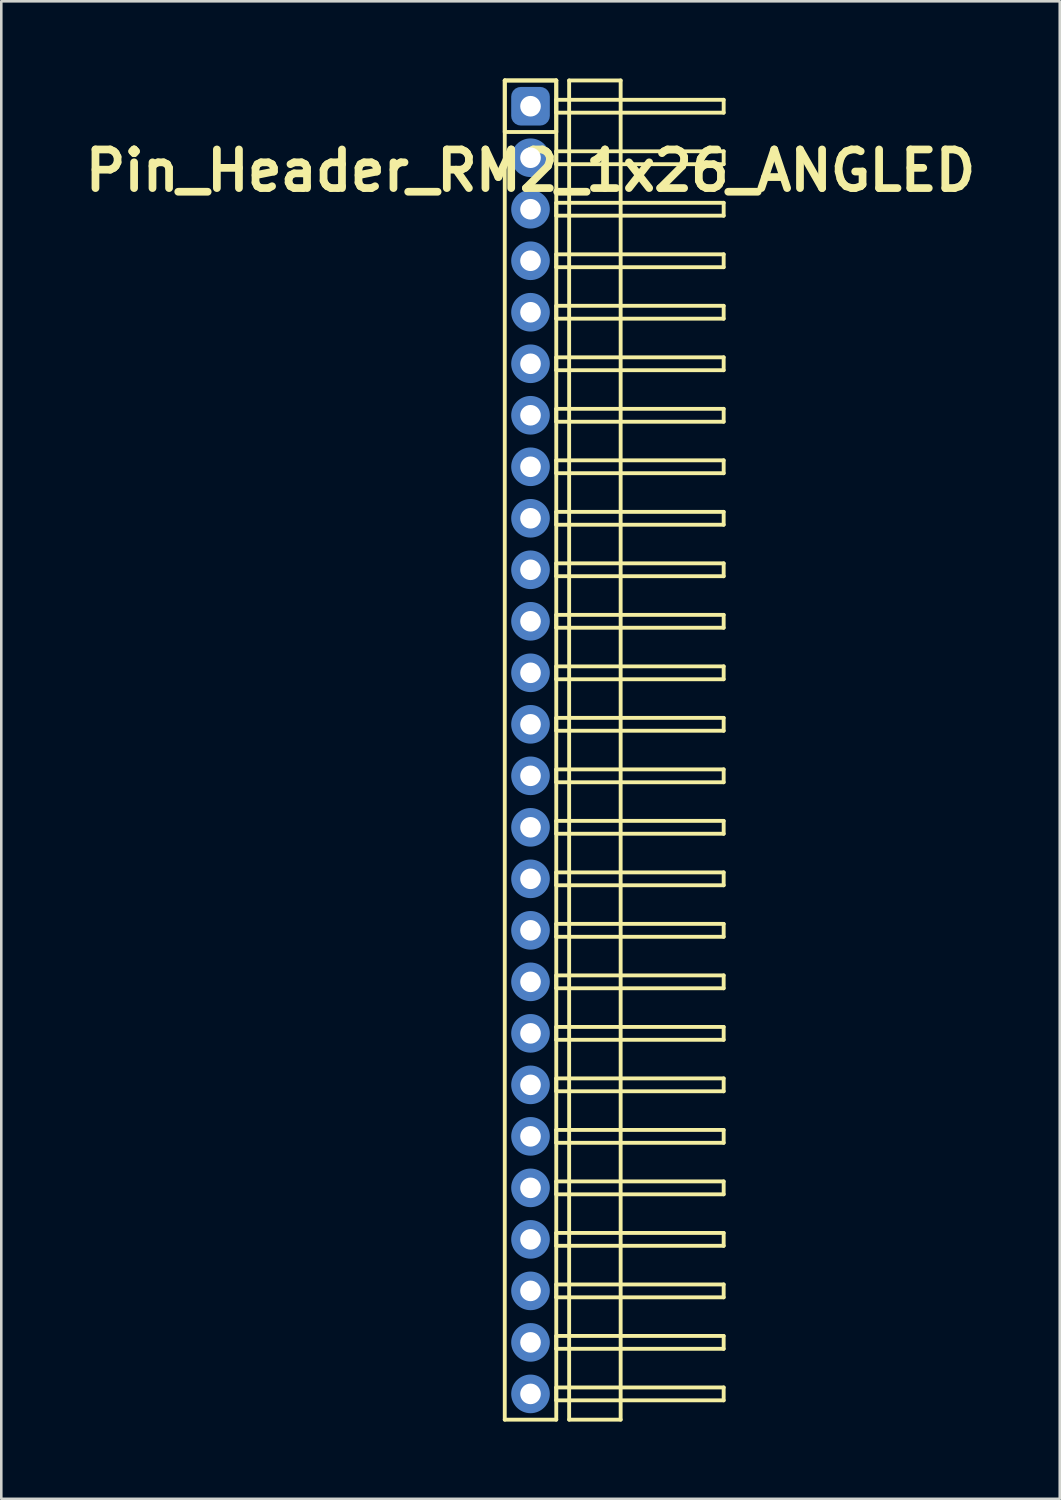
<source format=kicad_pcb>
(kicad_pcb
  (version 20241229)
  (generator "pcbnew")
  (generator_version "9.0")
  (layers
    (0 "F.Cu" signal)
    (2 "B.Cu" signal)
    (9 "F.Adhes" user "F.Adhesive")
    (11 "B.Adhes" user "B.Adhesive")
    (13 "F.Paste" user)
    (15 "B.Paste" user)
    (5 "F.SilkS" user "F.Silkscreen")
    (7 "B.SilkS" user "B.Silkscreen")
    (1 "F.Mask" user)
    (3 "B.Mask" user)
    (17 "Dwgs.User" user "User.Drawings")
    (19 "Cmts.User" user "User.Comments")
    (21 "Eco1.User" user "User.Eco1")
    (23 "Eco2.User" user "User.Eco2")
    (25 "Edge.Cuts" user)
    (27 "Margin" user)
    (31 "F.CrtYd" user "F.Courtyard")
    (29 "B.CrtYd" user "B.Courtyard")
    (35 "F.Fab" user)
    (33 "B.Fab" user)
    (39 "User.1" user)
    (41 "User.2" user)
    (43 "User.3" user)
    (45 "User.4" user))
  (footprint "Pin_Header_RM2_1x26_ANGLED"
    (layer "F.Cu")
    (at 17.55 1.075)
    (property "Reference" "Pin_Header_RM2_1x26_ANGLED" (at 0 2.5 0) (layer "F.SilkS") (effects (font (size 1.5 1.5) (thickness 0.3))))
    (attr through_hole)
    (fp_line (start -1 -1) (end 1 -1) (stroke (width 0.15) (type solid)) (layer "F.SilkS"))
    (fp_line (start -1 -1) (end 1 -1) (stroke (width 0.15) (type solid)) (layer "F.SilkS"))
    (fp_line (start -1 1) (end -1 -1) (stroke (width 0.15) (type solid)) (layer "F.SilkS"))
    (fp_line (start -1 51) (end -1 -1) (stroke (width 0.15) (type solid)) (layer "F.SilkS"))
    (fp_line (start 1 -1) (end 1 1) (stroke (width 0.15) (type solid)) (layer "F.SilkS"))
    (fp_line (start 1 -1) (end 1 51) (stroke (width 0.15) (type solid)) (layer "F.SilkS"))
    (fp_line (start 1 -0.25) (end 7.5 -0.25) (stroke (width 0.15) (type solid)) (layer "F.SilkS"))
    (fp_line (start 1 0.25) (end 1 -0.25) (stroke (width 0.15) (type solid)) (layer "F.SilkS"))
    (fp_line (start 1 1) (end -1 1) (stroke (width 0.15) (type solid)) (layer "F.SilkS"))
    (fp_line (start 1 1.75) (end 7.5 1.75) (stroke (width 0.15) (type solid)) (layer "F.SilkS"))
    (fp_line (start 1 2.25) (end 1 1.75) (stroke (width 0.15) (type solid)) (layer "F.SilkS"))
    (fp_line (start 1 3.75) (end 7.5 3.75) (stroke (width 0.15) (type solid)) (layer "F.SilkS"))
    (fp_line (start 1 4.25) (end 1 3.75) (stroke (width 0.15) (type solid)) (layer "F.SilkS"))
    (fp_line (start 1 5.75) (end 7.5 5.75) (stroke (width 0.15) (type solid)) (layer "F.SilkS"))
    (fp_line (start 1 6.25) (end 1 5.75) (stroke (width 0.15) (type solid)) (layer "F.SilkS"))
    (fp_line (start 1 7.75) (end 7.5 7.75) (stroke (width 0.15) (type solid)) (layer "F.SilkS"))
    (fp_line (start 1 8.25) (end 1 7.75) (stroke (width 0.15) (type solid)) (layer "F.SilkS"))
    (fp_line (start 1 9.75) (end 7.5 9.75) (stroke (width 0.15) (type solid)) (layer "F.SilkS"))
    (fp_line (start 1 10.25) (end 1 9.75) (stroke (width 0.15) (type solid)) (layer "F.SilkS"))
    (fp_line (start 1 11.75) (end 7.5 11.75) (stroke (width 0.15) (type solid)) (layer "F.SilkS"))
    (fp_line (start 1 12.25) (end 1 11.75) (stroke (width 0.15) (type solid)) (layer "F.SilkS"))
    (fp_line (start 1 13.75) (end 7.5 13.75) (stroke (width 0.15) (type solid)) (layer "F.SilkS"))
    (fp_line (start 1 14.25) (end 1 13.75) (stroke (width 0.15) (type solid)) (layer "F.SilkS"))
    (fp_line (start 1 15.75) (end 7.5 15.75) (stroke (width 0.15) (type solid)) (layer "F.SilkS"))
    (fp_line (start 1 16.25) (end 1 15.75) (stroke (width 0.15) (type solid)) (layer "F.SilkS"))
    (fp_line (start 1 17.75) (end 7.5 17.75) (stroke (width 0.15) (type solid)) (layer "F.SilkS"))
    (fp_line (start 1 18.25) (end 1 17.75) (stroke (width 0.15) (type solid)) (layer "F.SilkS"))
    (fp_line (start 1 19.75) (end 7.5 19.75) (stroke (width 0.15) (type solid)) (layer "F.SilkS"))
    (fp_line (start 1 20.25) (end 1 19.75) (stroke (width 0.15) (type solid)) (layer "F.SilkS"))
    (fp_line (start 1 21.75) (end 7.5 21.75) (stroke (width 0.15) (type solid)) (layer "F.SilkS"))
    (fp_line (start 1 22.25) (end 1 21.75) (stroke (width 0.15) (type solid)) (layer "F.SilkS"))
    (fp_line (start 1 23.75) (end 7.5 23.75) (stroke (width 0.15) (type solid)) (layer "F.SilkS"))
    (fp_line (start 1 24.25) (end 1 23.75) (stroke (width 0.15) (type solid)) (layer "F.SilkS"))
    (fp_line (start 1 25.75) (end 7.5 25.75) (stroke (width 0.15) (type solid)) (layer "F.SilkS"))
    (fp_line (start 1 26.25) (end 1 25.75) (stroke (width 0.15) (type solid)) (layer "F.SilkS"))
    (fp_line (start 1 27.75) (end 7.5 27.75) (stroke (width 0.15) (type solid)) (layer "F.SilkS"))
    (fp_line (start 1 28.25) (end 1 27.75) (stroke (width 0.15) (type solid)) (layer "F.SilkS"))
    (fp_line (start 1 29.75) (end 7.5 29.75) (stroke (width 0.15) (type solid)) (layer "F.SilkS"))
    (fp_line (start 1 30.25) (end 1 29.75) (stroke (width 0.15) (type solid)) (layer "F.SilkS"))
    (fp_line (start 1 31.75) (end 7.5 31.75) (stroke (width 0.15) (type solid)) (layer "F.SilkS"))
    (fp_line (start 1 32.25) (end 1 31.75) (stroke (width 0.15) (type solid)) (layer "F.SilkS"))
    (fp_line (start 1 33.75) (end 7.5 33.75) (stroke (width 0.15) (type solid)) (layer "F.SilkS"))
    (fp_line (start 1 34.25) (end 1 33.75) (stroke (width 0.15) (type solid)) (layer "F.SilkS"))
    (fp_line (start 1 35.75) (end 7.5 35.75) (stroke (width 0.15) (type solid)) (layer "F.SilkS"))
    (fp_line (start 1 36.25) (end 1 35.75) (stroke (width 0.15) (type solid)) (layer "F.SilkS"))
    (fp_line (start 1 37.75) (end 7.5 37.75) (stroke (width 0.15) (type solid)) (layer "F.SilkS"))
    (fp_line (start 1 38.25) (end 1 37.75) (stroke (width 0.15) (type solid)) (layer "F.SilkS"))
    (fp_line (start 1 39.75) (end 7.5 39.75) (stroke (width 0.15) (type solid)) (layer "F.SilkS"))
    (fp_line (start 1 40.25) (end 1 39.75) (stroke (width 0.15) (type solid)) (layer "F.SilkS"))
    (fp_line (start 1 41.75) (end 7.5 41.75) (stroke (width 0.15) (type solid)) (layer "F.SilkS"))
    (fp_line (start 1 42.25) (end 1 41.75) (stroke (width 0.15) (type solid)) (layer "F.SilkS"))
    (fp_line (start 1 43.75) (end 7.5 43.75) (stroke (width 0.15) (type solid)) (layer "F.SilkS"))
    (fp_line (start 1 44.25) (end 1 43.75) (stroke (width 0.15) (type solid)) (layer "F.SilkS"))
    (fp_line (start 1 45.75) (end 7.5 45.75) (stroke (width 0.15) (type solid)) (layer "F.SilkS"))
    (fp_line (start 1 46.25) (end 1 45.75) (stroke (width 0.15) (type solid)) (layer "F.SilkS"))
    (fp_line (start 1 47.75) (end 7.5 47.75) (stroke (width 0.15) (type solid)) (layer "F.SilkS"))
    (fp_line (start 1 48.25) (end 1 47.75) (stroke (width 0.15) (type solid)) (layer "F.SilkS"))
    (fp_line (start 1 49.75) (end 7.5 49.75) (stroke (width 0.15) (type solid)) (layer "F.SilkS"))
    (fp_line (start 1 50.25) (end 1 49.75) (stroke (width 0.15) (type solid)) (layer "F.SilkS"))
    (fp_line (start 1 51) (end -1 51) (stroke (width 0.15) (type solid)) (layer "F.SilkS"))
    (fp_line (start 1.5 -1) (end 3.5 -1) (stroke (width 0.15) (type solid)) (layer "F.SilkS"))
    (fp_line (start 1.5 51) (end 1.5 -1) (stroke (width 0.15) (type solid)) (layer "F.SilkS"))
    (fp_line (start 3.5 -1) (end 3.5 51) (stroke (width 0.15) (type solid)) (layer "F.SilkS"))
    (fp_line (start 3.5 51) (end 1.5 51) (stroke (width 0.15) (type solid)) (layer "F.SilkS"))
    (fp_line (start 7.5 -0.25) (end 7.5 0.25) (stroke (width 0.15) (type solid)) (layer "F.SilkS"))
    (fp_line (start 7.5 0.25) (end 1 0.25) (stroke (width 0.15) (type solid)) (layer "F.SilkS"))
    (fp_line (start 7.5 1.75) (end 7.5 2.25) (stroke (width 0.15) (type solid)) (layer "F.SilkS"))
    (fp_line (start 7.5 2.25) (end 1 2.25) (stroke (width 0.15) (type solid)) (layer "F.SilkS"))
    (fp_line (start 7.5 3.75) (end 7.5 4.25) (stroke (width 0.15) (type solid)) (layer "F.SilkS"))
    (fp_line (start 7.5 4.25) (end 1 4.25) (stroke (width 0.15) (type solid)) (layer "F.SilkS"))
    (fp_line (start 7.5 5.75) (end 7.5 6.25) (stroke (width 0.15) (type solid)) (layer "F.SilkS"))
    (fp_line (start 7.5 6.25) (end 1 6.25) (stroke (width 0.15) (type solid)) (layer "F.SilkS"))
    (fp_line (start 7.5 7.75) (end 7.5 8.25) (stroke (width 0.15) (type solid)) (layer "F.SilkS"))
    (fp_line (start 7.5 8.25) (end 1 8.25) (stroke (width 0.15) (type solid)) (layer "F.SilkS"))
    (fp_line (start 7.5 9.75) (end 7.5 10.25) (stroke (width 0.15) (type solid)) (layer "F.SilkS"))
    (fp_line (start 7.5 10.25) (end 1 10.25) (stroke (width 0.15) (type solid)) (layer "F.SilkS"))
    (fp_line (start 7.5 11.75) (end 7.5 12.25) (stroke (width 0.15) (type solid)) (layer "F.SilkS"))
    (fp_line (start 7.5 12.25) (end 1 12.25) (stroke (width 0.15) (type solid)) (layer "F.SilkS"))
    (fp_line (start 7.5 13.75) (end 7.5 14.25) (stroke (width 0.15) (type solid)) (layer "F.SilkS"))
    (fp_line (start 7.5 14.25) (end 1 14.25) (stroke (width 0.15) (type solid)) (layer "F.SilkS"))
    (fp_line (start 7.5 15.75) (end 7.5 16.25) (stroke (width 0.15) (type solid)) (layer "F.SilkS"))
    (fp_line (start 7.5 16.25) (end 1 16.25) (stroke (width 0.15) (type solid)) (layer "F.SilkS"))
    (fp_line (start 7.5 17.75) (end 7.5 18.25) (stroke (width 0.15) (type solid)) (layer "F.SilkS"))
    (fp_line (start 7.5 18.25) (end 1 18.25) (stroke (width 0.15) (type solid)) (layer "F.SilkS"))
    (fp_line (start 7.5 19.75) (end 7.5 20.25) (stroke (width 0.15) (type solid)) (layer "F.SilkS"))
    (fp_line (start 7.5 20.25) (end 1 20.25) (stroke (width 0.15) (type solid)) (layer "F.SilkS"))
    (fp_line (start 7.5 21.75) (end 7.5 22.25) (stroke (width 0.15) (type solid)) (layer "F.SilkS"))
    (fp_line (start 7.5 22.25) (end 1 22.25) (stroke (width 0.15) (type solid)) (layer "F.SilkS"))
    (fp_line (start 7.5 23.75) (end 7.5 24.25) (stroke (width 0.15) (type solid)) (layer "F.SilkS"))
    (fp_line (start 7.5 24.25) (end 1 24.25) (stroke (width 0.15) (type solid)) (layer "F.SilkS"))
    (fp_line (start 7.5 25.75) (end 7.5 26.25) (stroke (width 0.15) (type solid)) (layer "F.SilkS"))
    (fp_line (start 7.5 26.25) (end 1 26.25) (stroke (width 0.15) (type solid)) (layer "F.SilkS"))
    (fp_line (start 7.5 27.75) (end 7.5 28.25) (stroke (width 0.15) (type solid)) (layer "F.SilkS"))
    (fp_line (start 7.5 28.25) (end 1 28.25) (stroke (width 0.15) (type solid)) (layer "F.SilkS"))
    (fp_line (start 7.5 29.75) (end 7.5 30.25) (stroke (width 0.15) (type solid)) (layer "F.SilkS"))
    (fp_line (start 7.5 30.25) (end 1 30.25) (stroke (width 0.15) (type solid)) (layer "F.SilkS"))
    (fp_line (start 7.5 31.75) (end 7.5 32.25) (stroke (width 0.15) (type solid)) (layer "F.SilkS"))
    (fp_line (start 7.5 32.25) (end 1 32.25) (stroke (width 0.15) (type solid)) (layer "F.SilkS"))
    (fp_line (start 7.5 33.75) (end 7.5 34.25) (stroke (width 0.15) (type solid)) (layer "F.SilkS"))
    (fp_line (start 7.5 34.25) (end 1 34.25) (stroke (width 0.15) (type solid)) (layer "F.SilkS"))
    (fp_line (start 7.5 35.75) (end 7.5 36.25) (stroke (width 0.15) (type solid)) (layer "F.SilkS"))
    (fp_line (start 7.5 36.25) (end 1 36.25) (stroke (width 0.15) (type solid)) (layer "F.SilkS"))
    (fp_line (start 7.5 37.75) (end 7.5 38.25) (stroke (width 0.15) (type solid)) (layer "F.SilkS"))
    (fp_line (start 7.5 38.25) (end 1 38.25) (stroke (width 0.15) (type solid)) (layer "F.SilkS"))
    (fp_line (start 7.5 39.75) (end 7.5 40.25) (stroke (width 0.15) (type solid)) (layer "F.SilkS"))
    (fp_line (start 7.5 40.25) (end 1 40.25) (stroke (width 0.15) (type solid)) (layer "F.SilkS"))
    (fp_line (start 7.5 41.75) (end 7.5 42.25) (stroke (width 0.15) (type solid)) (layer "F.SilkS"))
    (fp_line (start 7.5 42.25) (end 1 42.25) (stroke (width 0.15) (type solid)) (layer "F.SilkS"))
    (fp_line (start 7.5 43.75) (end 7.5 44.25) (stroke (width 0.15) (type solid)) (layer "F.SilkS"))
    (fp_line (start 7.5 44.25) (end 1 44.25) (stroke (width 0.15) (type solid)) (layer "F.SilkS"))
    (fp_line (start 7.5 45.75) (end 7.5 46.25) (stroke (width 0.15) (type solid)) (layer "F.SilkS"))
    (fp_line (start 7.5 46.25) (end 1 46.25) (stroke (width 0.15) (type solid)) (layer "F.SilkS"))
    (fp_line (start 7.5 47.75) (end 7.5 48.25) (stroke (width 0.15) (type solid)) (layer "F.SilkS"))
    (fp_line (start 7.5 48.25) (end 1 48.25) (stroke (width 0.15) (type solid)) (layer "F.SilkS"))
    (fp_line (start 7.5 49.75) (end 7.5 50.25) (stroke (width 0.15) (type solid)) (layer "F.SilkS"))
    (fp_line (start 7.5 50.25) (end 1 50.25) (stroke (width 0.15) (type solid)) (layer "F.SilkS"))
    (pad "1" thru_hole circle (at 0 0) (size 1.1 1.1) (drill 0.8) (layers "*.Cu" "*.Mask"))
    (pad "1" smd roundrect (at 0 0) (size 1.25 1.25) (layers "F.Cu" "F.Mask") (roundrect_rratio 0.25))
    (pad "1" smd roundrect (at 0 0) (size 1.5 1.5) (layers "B.Cu" "B.Mask") (roundrect_rratio 0.25))
    (pad "2" thru_hole circle (at 0 2) (size 1.1 1.1) (drill 0.8) (layers "*.Cu" "*.Mask"))
    (pad "2" smd circle (at 0 2) (size 1.25 1.25) (layers "F.Cu" "F.Mask"))
    (pad "2" smd circle (at 0 2) (size 1.5 1.5) (layers "B.Cu" "B.Mask"))
    (pad "3" thru_hole circle (at 0 4) (size 1.1 1.1) (drill 0.8) (layers "*.Cu" "*.Mask"))
    (pad "3" smd circle (at 0 4) (size 1.25 1.25) (layers "F.Cu" "F.Mask"))
    (pad "3" smd circle (at 0 4) (size 1.5 1.5) (layers "B.Cu" "B.Mask"))
    (pad "4" thru_hole circle (at 0 6) (size 1.1 1.1) (drill 0.8) (layers "*.Cu" "*.Mask"))
    (pad "4" smd circle (at 0 6) (size 1.25 1.25) (layers "F.Cu" "F.Mask"))
    (pad "4" smd circle (at 0 6) (size 1.5 1.5) (layers "B.Cu" "B.Mask"))
    (pad "5" thru_hole circle (at 0 8) (size 1.1 1.1) (drill 0.8) (layers "*.Cu" "*.Mask"))
    (pad "5" smd circle (at 0 8) (size 1.25 1.25) (layers "F.Cu" "F.Mask"))
    (pad "5" smd circle (at 0 8) (size 1.5 1.5) (layers "B.Cu" "B.Mask"))
    (pad "6" thru_hole circle (at 0 10) (size 1.1 1.1) (drill 0.8) (layers "*.Cu" "*.Mask"))
    (pad "6" smd circle (at 0 10) (size 1.25 1.25) (layers "F.Cu" "F.Mask"))
    (pad "6" smd circle (at 0 10) (size 1.5 1.5) (layers "B.Cu" "B.Mask"))
    (pad "7" thru_hole circle (at 0 12) (size 1.1 1.1) (drill 0.8) (layers "*.Cu" "*.Mask"))
    (pad "7" smd circle (at 0 12) (size 1.25 1.25) (layers "F.Cu" "F.Mask"))
    (pad "7" smd circle (at 0 12) (size 1.5 1.5) (layers "B.Cu" "B.Mask"))
    (pad "8" thru_hole circle (at 0 14) (size 1.1 1.1) (drill 0.8) (layers "*.Cu" "*.Mask"))
    (pad "8" smd circle (at 0 14) (size 1.25 1.25) (layers "F.Cu" "F.Mask"))
    (pad "8" smd circle (at 0 14) (size 1.5 1.5) (layers "B.Cu" "B.Mask"))
    (pad "9" thru_hole circle (at 0 16) (size 1.1 1.1) (drill 0.8) (layers "*.Cu" "*.Mask"))
    (pad "9" smd circle (at 0 16) (size 1.25 1.25) (layers "F.Cu" "F.Mask"))
    (pad "9" smd circle (at 0 16) (size 1.5 1.5) (layers "B.Cu" "B.Mask"))
    (pad "10" thru_hole circle (at 0 18) (size 1.1 1.1) (drill 0.8) (layers "*.Cu" "*.Mask"))
    (pad "10" smd circle (at 0 18) (size 1.25 1.25) (layers "F.Cu" "F.Mask"))
    (pad "10" smd circle (at 0 18) (size 1.5 1.5) (layers "B.Cu" "B.Mask"))
    (pad "11" thru_hole circle (at 0 20) (size 1.1 1.1) (drill 0.8) (layers "*.Cu" "*.Mask"))
    (pad "11" smd circle (at 0 20) (size 1.25 1.25) (layers "F.Cu" "F.Mask"))
    (pad "11" smd circle (at 0 20) (size 1.5 1.5) (layers "B.Cu" "B.Mask"))
    (pad "12" thru_hole circle (at 0 22) (size 1.1 1.1) (drill 0.8) (layers "*.Cu" "*.Mask"))
    (pad "12" smd circle (at 0 22) (size 1.25 1.25) (layers "F.Cu" "F.Mask"))
    (pad "12" smd circle (at 0 22) (size 1.5 1.5) (layers "B.Cu" "B.Mask"))
    (pad "13" thru_hole circle (at 0 24) (size 1.1 1.1) (drill 0.8) (layers "*.Cu" "*.Mask"))
    (pad "13" smd circle (at 0 24) (size 1.25 1.25) (layers "F.Cu" "F.Mask"))
    (pad "13" smd circle (at 0 24) (size 1.5 1.5) (layers "B.Cu" "B.Mask"))
    (pad "14" thru_hole circle (at 0 26) (size 1.1 1.1) (drill 0.8) (layers "*.Cu" "*.Mask"))
    (pad "14" smd circle (at 0 26) (size 1.25 1.25) (layers "F.Cu" "F.Mask"))
    (pad "14" smd circle (at 0 26) (size 1.5 1.5) (layers "B.Cu" "B.Mask"))
    (pad "15" thru_hole circle (at 0 28) (size 1.1 1.1) (drill 0.8) (layers "*.Cu" "*.Mask"))
    (pad "15" smd circle (at 0 28) (size 1.25 1.25) (layers "F.Cu" "F.Mask"))
    (pad "15" smd circle (at 0 28) (size 1.5 1.5) (layers "B.Cu" "B.Mask"))
    (pad "16" thru_hole circle (at 0 30) (size 1.1 1.1) (drill 0.8) (layers "*.Cu" "*.Mask"))
    (pad "16" smd circle (at 0 30) (size 1.25 1.25) (layers "F.Cu" "F.Mask"))
    (pad "16" smd circle (at 0 30) (size 1.5 1.5) (layers "B.Cu" "B.Mask"))
    (pad "17" thru_hole circle (at 0 32) (size 1.1 1.1) (drill 0.8) (layers "*.Cu" "*.Mask"))
    (pad "17" smd circle (at 0 32) (size 1.25 1.25) (layers "F.Cu" "F.Mask"))
    (pad "17" smd circle (at 0 32) (size 1.5 1.5) (layers "B.Cu" "B.Mask"))
    (pad "18" thru_hole circle (at 0 34) (size 1.1 1.1) (drill 0.8) (layers "*.Cu" "*.Mask"))
    (pad "18" smd circle (at 0 34) (size 1.25 1.25) (layers "F.Cu" "F.Mask"))
    (pad "18" smd circle (at 0 34) (size 1.5 1.5) (layers "B.Cu" "B.Mask"))
    (pad "19" thru_hole circle (at 0 36) (size 1.1 1.1) (drill 0.8) (layers "*.Cu" "*.Mask"))
    (pad "19" smd circle (at 0 36) (size 1.25 1.25) (layers "F.Cu" "F.Mask"))
    (pad "19" smd circle (at 0 36) (size 1.5 1.5) (layers "B.Cu" "B.Mask"))
    (pad "20" thru_hole circle (at 0 38) (size 1.1 1.1) (drill 0.8) (layers "*.Cu" "*.Mask"))
    (pad "20" smd circle (at 0 38) (size 1.25 1.25) (layers "F.Cu" "F.Mask"))
    (pad "20" smd circle (at 0 38) (size 1.5 1.5) (layers "B.Cu" "B.Mask"))
    (pad "21" thru_hole circle (at 0 40) (size 1.1 1.1) (drill 0.8) (layers "*.Cu" "*.Mask"))
    (pad "21" smd circle (at 0 40) (size 1.25 1.25) (layers "F.Cu" "F.Mask"))
    (pad "21" smd circle (at 0 40) (size 1.5 1.5) (layers "B.Cu" "B.Mask"))
    (pad "22" thru_hole circle (at 0 42) (size 1.1 1.1) (drill 0.8) (layers "*.Cu" "*.Mask"))
    (pad "22" smd circle (at 0 42) (size 1.25 1.25) (layers "F.Cu" "F.Mask"))
    (pad "22" smd circle (at 0 42) (size 1.5 1.5) (layers "B.Cu" "B.Mask"))
    (pad "23" thru_hole circle (at 0 44) (size 1.1 1.1) (drill 0.8) (layers "*.Cu" "*.Mask"))
    (pad "23" smd circle (at 0 44) (size 1.25 1.25) (layers "F.Cu" "F.Mask"))
    (pad "23" smd circle (at 0 44) (size 1.5 1.5) (layers "B.Cu" "B.Mask"))
    (pad "24" thru_hole circle (at 0 46) (size 1.1 1.1) (drill 0.8) (layers "*.Cu" "*.Mask"))
    (pad "24" smd circle (at 0 46) (size 1.25 1.25) (layers "F.Cu" "F.Mask"))
    (pad "24" smd circle (at 0 46) (size 1.5 1.5) (layers "B.Cu" "B.Mask"))
    (pad "25" thru_hole circle (at 0 48) (size 1.1 1.1) (drill 0.8) (layers "*.Cu" "*.Mask"))
    (pad "25" smd circle (at 0 48) (size 1.25 1.25) (layers "F.Cu" "F.Mask"))
    (pad "25" smd circle (at 0 48) (size 1.5 1.5) (layers "B.Cu" "B.Mask"))
    (pad "26" thru_hole circle (at 0 50) (size 1.1 1.1) (drill 0.8) (layers "*.Cu" "*.Mask"))
    (pad "26" smd circle (at 0 50) (size 1.25 1.25) (layers "F.Cu" "F.Mask"))
    (pad "26" smd circle (at 0 50) (size 1.5 1.5) (layers "B.Cu" "B.Mask")))
  (gr_rect
    (start -3 -3)
    (end 38.1 55.15)
    (stroke (width 0.1) (type default))
    (fill no)
    (layer "Edge.Cuts")))
</source>
